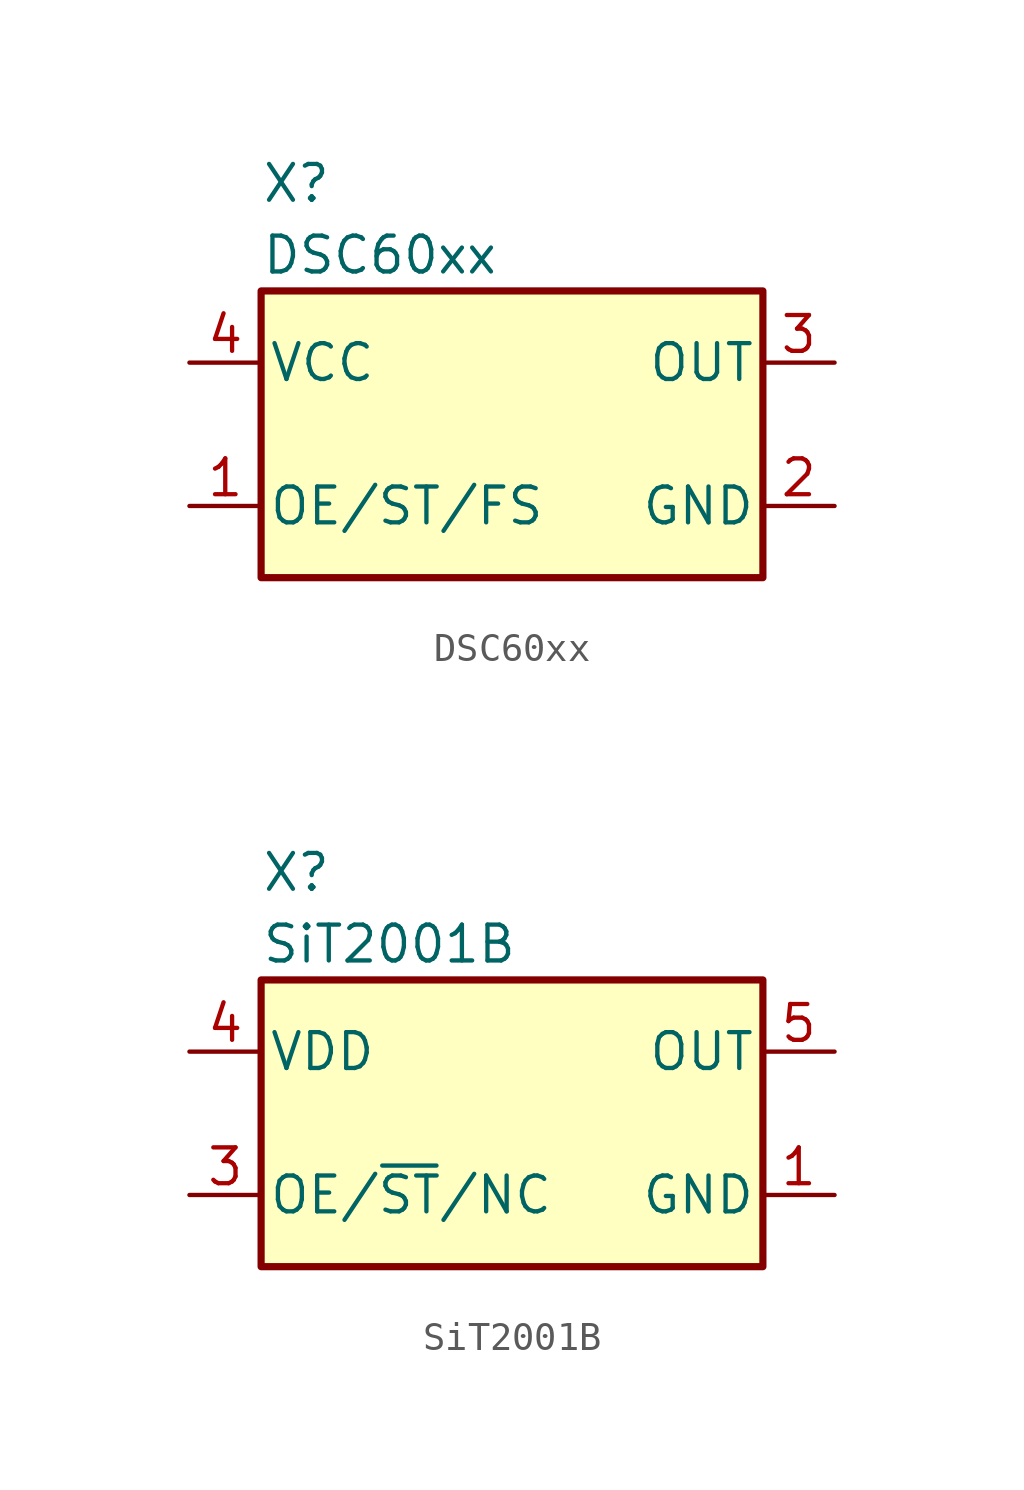
<source format=kicad_sym>
(kicad_symbol_lib
  (version 20231120)
  (generator "kicad_symbol_editor")
  (generator_version "8.0")
  (symbol "DSC60xx"
    (pin_names
      (offset 0.254))
    (property "Reference" "X"
      (at -8.89 8.89 0)
      (effects (font (size 1.27 1.27)) (justify left)))
    (property "Value" "DSC60xx"
      (at -8.89 6.35 0)
      (effects (font (size 1.27 1.27)) (justify left)))
    (symbol "DSC60xx_0_1"
      (rectangle (start -8.89 5.08) (end 8.89 -5.08) (stroke (width 0.254) (type solid)) (fill (type background))))
    (symbol "DSC60xx_1_1"
      (pin input line (at -11.43 -2.54 0) (length 2.54) (name "OE/ST/FS" (effects (font (size 1.27 1.27)))) (number "1" (effects (font (size 1.27 1.27)))))
      (pin power_in line (at 11.43 -2.54 180) (length 2.54) (name "GND" (effects (font (size 1.27 1.27)))) (number "2" (effects (font (size 1.27 1.27)))))
      (pin output line (at 11.43 2.54 180) (length 2.54) (name "OUT" (effects (font (size 1.27 1.27)))) (number "3" (effects (font (size 1.27 1.27)))))
      (pin power_in line (at -11.43 2.54 0) (length 2.54) (name "VCC" (effects (font (size 1.27 1.27)))) (number "4" (effects (font (size 1.27 1.27)))))))
  (symbol "SiT2001B"
    (pin_names
      (offset 0.254))
    (property "Reference" "X"
      (at -8.89 8.89 0)
      (effects (font (size 1.27 1.27)) (justify left)))
    (property "Value" "SiT2001B"
      (at -8.89 6.35 0)
      (effects (font (size 1.27 1.27)) (justify left)))
    (symbol "SiT2001B_0_1"
      (rectangle (start -8.89 5.08) (end 8.89 -5.08) (stroke (width 0.254) (type solid)) (fill (type background))))
    (symbol "SiT2001B_1_1"
      (pin power_in line (at 11.43 -2.54 180) (length 2.54) (name "GND" (effects (font (size 1.27 1.27)))) (number "1" (effects (font (size 1.27 1.27)))))
      (pin passive line (at 11.43 0 180) (length 2.54) hide (name "NC" (effects (font (size 1.27 1.27)))) (number "2" (effects (font (size 1.27 1.27)))))
      (pin input line (at -11.43 -2.54 0) (length 2.54) (name "OE/~{ST}/NC" (effects (font (size 1.27 1.27)))) (number "3" (effects (font (size 1.27 1.27)))))
      (pin power_in line (at -11.43 2.54 0) (length 2.54) (name "VDD" (effects (font (size 1.27 1.27)))) (number "4" (effects (font (size 1.27 1.27)))))
      (pin output line (at 11.43 2.54 180) (length 2.54) (name "OUT" (effects (font (size 1.27 1.27)))) (number "5" (effects (font (size 1.27 1.27))))))))
</source>
